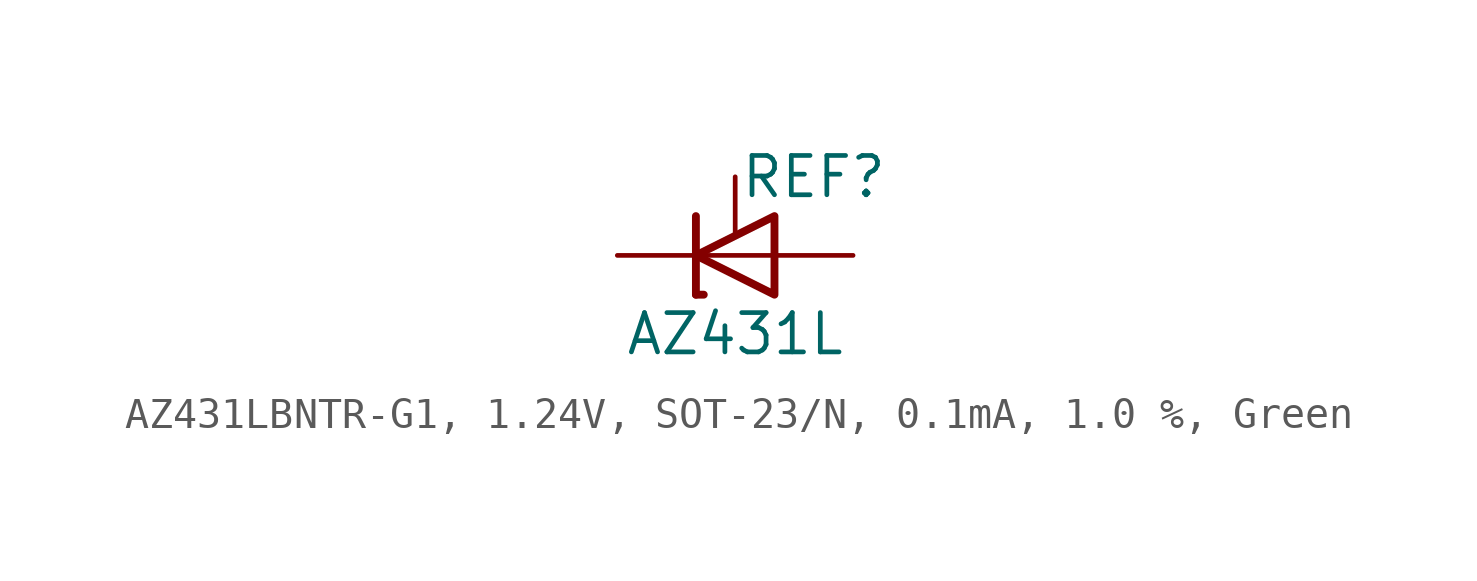
<source format=kicad_sym>
(kicad_symbol_lib
  (version 20231120)
  (generator "kicad_symbol_editor")
  (generator_version "8.0")
  (symbol "AZ431LBNTR-G1, 1.24V, SOT-23/N, 0.1mA, 1.0 %, Green"
    (pin_numbers hide)
    (pin_names
      (offset 1.016) hide)
    (property "Reference" "REF"
      (at 2.54 0 0)
      (effects (font (size 1.27 1.27))))
    (property "Value" "AZ431L"
      (at 0 -5.08 0)
      (effects (font (size 1.27 1.27))))
    (symbol "AZ431LBNTR-G1, 1.24V, SOT-23/N, 0.1mA, 1.0 %, Green_0_0"
      (polyline (pts (xy -1.27 -2.54) (xy 1.27 -2.54)) (stroke (width 0.152) (type default)) (fill (type none))))
    (symbol "AZ431LBNTR-G1, 1.24V, SOT-23/N, 0.1mA, 1.0 %, Green_0_1"
      (polyline (pts (xy -1.27 -3.81) (xy -1.016 -3.81)) (stroke (width 0.254) (type default)) (fill (type none)))
      (polyline (pts (xy -1.27 -1.27) (xy -1.27 -3.81)) (stroke (width 0.254) (type default)) (fill (type none)))
      (polyline (pts (xy 1.27 -1.27) (xy 1.27 -3.81) (xy -1.27 -2.54) (xy 1.27 -1.27)) (stroke (width 0.254) (type default)) (fill (type none))))
    (symbol "AZ431LBNTR-G1, 1.24V, SOT-23/N, 0.1mA, 1.0 %, Green_1_1"
      (pin passive line (at 0 0 270) (length 1.905) (name "REF" (effects (font (size 1.27 1.27)))) (number "1" (effects (font (size 1.27 1.27)))))
      (pin passive line (at -3.81 -2.54 0) (length 2.54) (name "C" (effects (font (size 1.27 1.27)))) (number "2" (effects (font (size 1.27 1.27)))))
      (pin passive line (at 3.81 -2.54 180) (length 2.54) (name "A" (effects (font (size 1.27 1.27)))) (number "3" (effects (font (size 1.27 1.27))))))))
</source>
